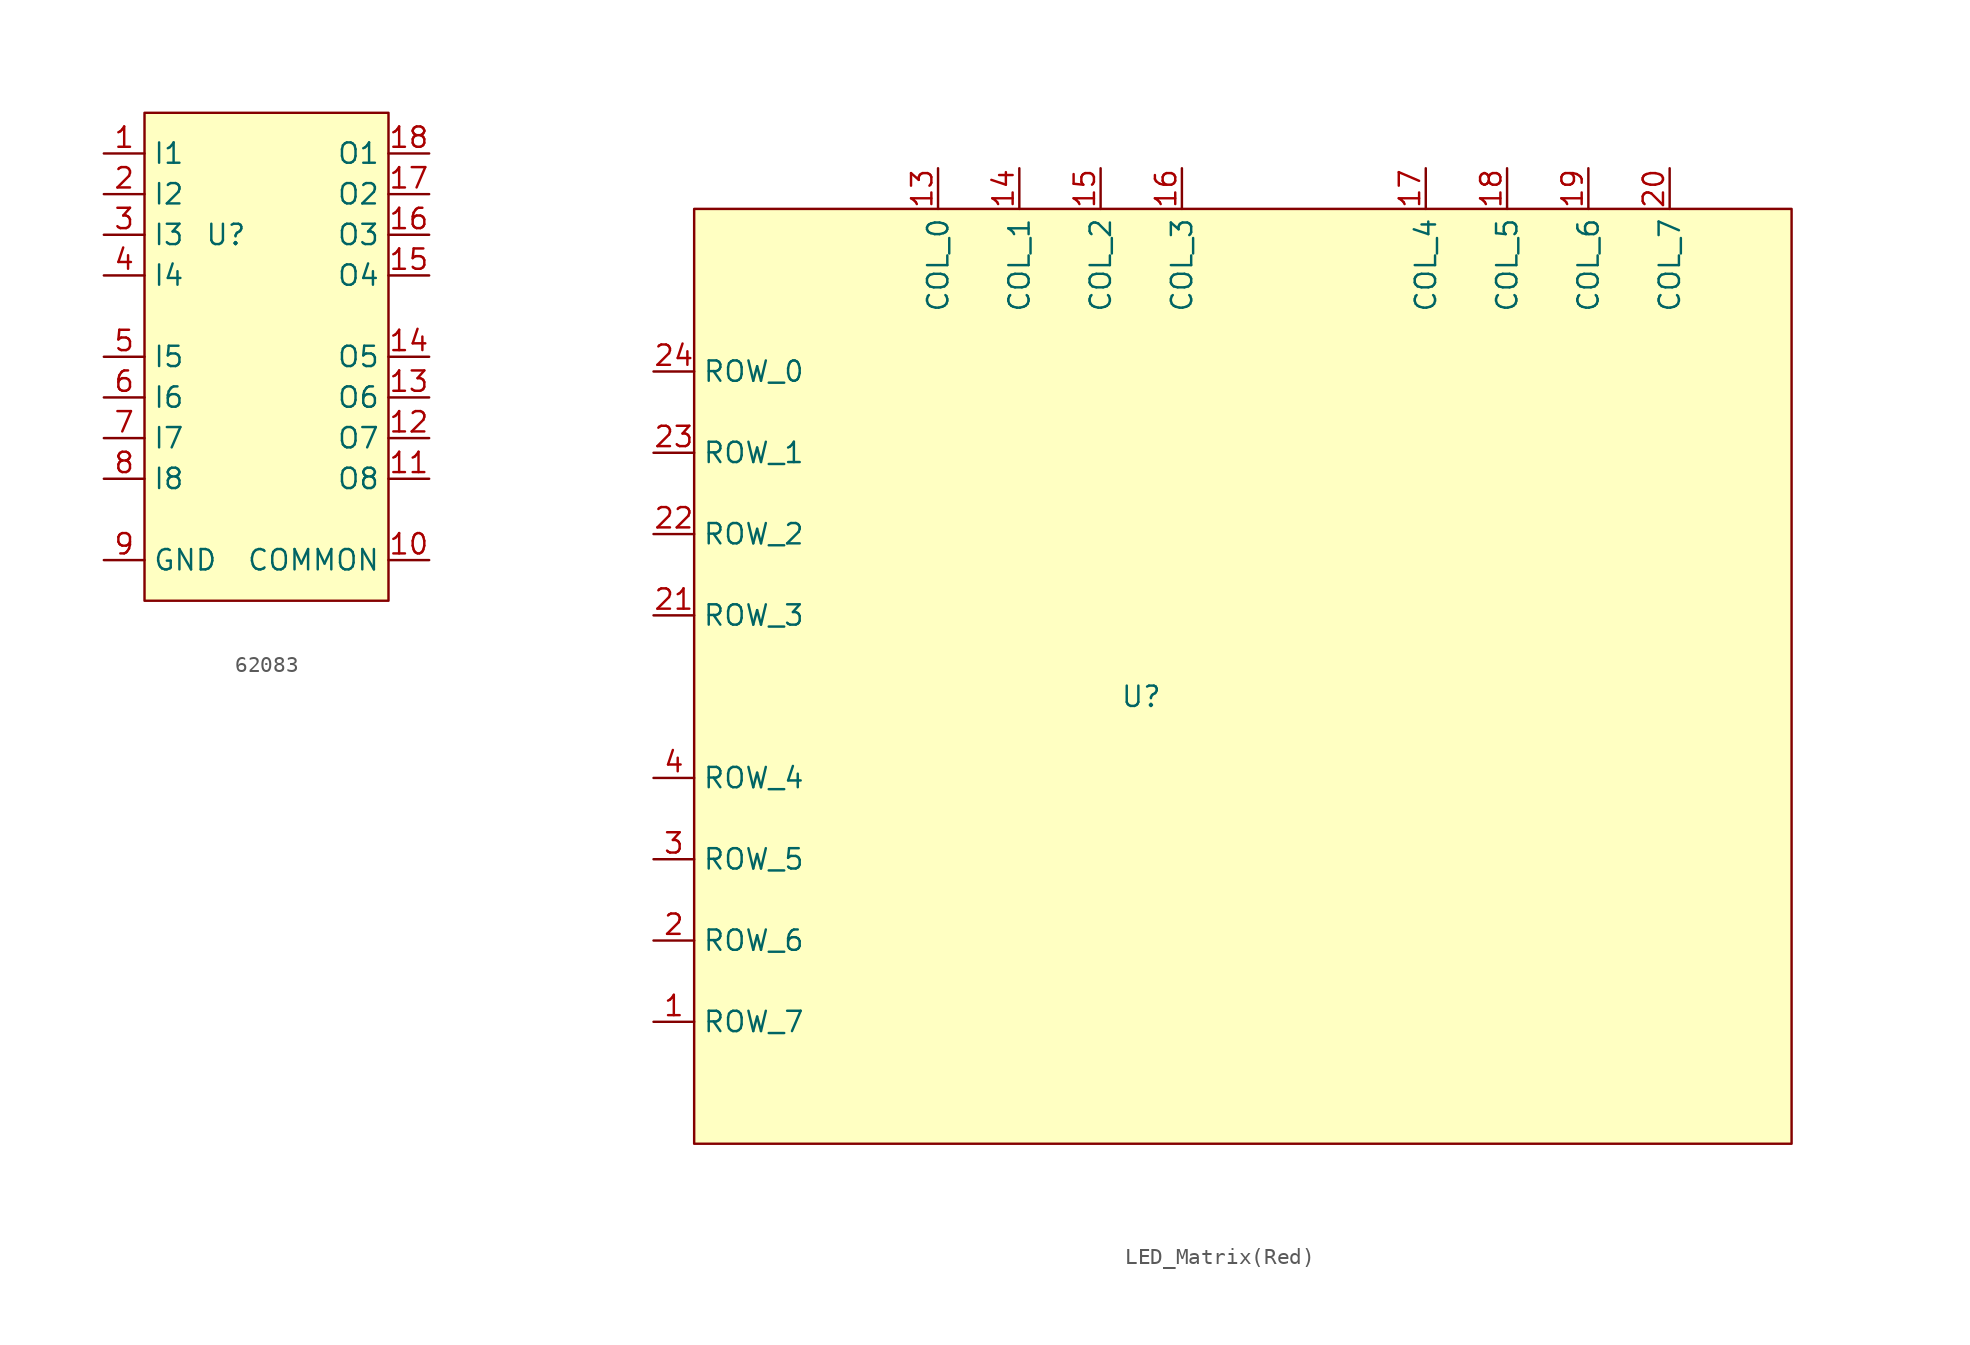
<source format=kicad_sym>
(kicad_symbol_lib
  (version 20220914)
  (generator kicad_symbol_editor)
  (symbol "62083"
    (property "Reference" "U"
      (at 0 0 0)
      (effects (font (size 1.27 1.27))))
    (property "Value" ""
      (at 0 0 0)
      (effects (font (size 1.27 1.27))))
    (symbol "62083_1_1"
      (rectangle (start -5.08 7.62) (end 10.16 -22.86) (stroke (width 0) (type default)) (fill (type background)))
      (pin input line (at -7.62 5.08 0) (length 2.54) (name "I1" (effects (font (size 1.27 1.27)))) (number "1" (effects (font (size 1.27 1.27)))))
      (pin power_in line (at 12.7 -20.32 180) (length 2.54) (name "COMMON" (effects (font (size 1.27 1.27)))) (number "10" (effects (font (size 1.27 1.27)))))
      (pin output line (at 12.7 -15.24 180) (length 2.54) (name "O8" (effects (font (size 1.27 1.27)))) (number "11" (effects (font (size 1.27 1.27)))))
      (pin output line (at 12.7 -12.7 180) (length 2.54) (name "O7" (effects (font (size 1.27 1.27)))) (number "12" (effects (font (size 1.27 1.27)))))
      (pin output line (at 12.7 -10.16 180) (length 2.54) (name "O6" (effects (font (size 1.27 1.27)))) (number "13" (effects (font (size 1.27 1.27)))))
      (pin output line (at 12.7 -7.62 180) (length 2.54) (name "O5" (effects (font (size 1.27 1.27)))) (number "14" (effects (font (size 1.27 1.27)))))
      (pin input line (at 12.7 -2.54 180) (length 2.54) (name "O4" (effects (font (size 1.27 1.27)))) (number "15" (effects (font (size 1.27 1.27)))))
      (pin output line (at 12.7 0 180) (length 2.54) (name "O3" (effects (font (size 1.27 1.27)))) (number "16" (effects (font (size 1.27 1.27)))))
      (pin input line (at 12.7 2.54 180) (length 2.54) (name "O2" (effects (font (size 1.27 1.27)))) (number "17" (effects (font (size 1.27 1.27)))))
      (pin output line (at 12.7 5.08 180) (length 2.54) (name "O1" (effects (font (size 1.27 1.27)))) (number "18" (effects (font (size 1.27 1.27)))))
      (pin input line (at -7.62 2.54 0) (length 2.54) (name "I2" (effects (font (size 1.27 1.27)))) (number "2" (effects (font (size 1.27 1.27)))))
      (pin input line (at -7.62 0 0) (length 2.54) (name "I3" (effects (font (size 1.27 1.27)))) (number "3" (effects (font (size 1.27 1.27)))))
      (pin input line (at -7.62 -2.54 0) (length 2.54) (name "I4" (effects (font (size 1.27 1.27)))) (number "4" (effects (font (size 1.27 1.27)))))
      (pin input line (at -7.62 -7.62 0) (length 2.54) (name "I5" (effects (font (size 1.27 1.27)))) (number "5" (effects (font (size 1.27 1.27)))))
      (pin input line (at -7.62 -10.16 0) (length 2.54) (name "I6" (effects (font (size 1.27 1.27)))) (number "6" (effects (font (size 1.27 1.27)))))
      (pin input line (at -7.62 -12.7 0) (length 2.54) (name "I7" (effects (font (size 1.27 1.27)))) (number "7" (effects (font (size 1.27 1.27)))))
      (pin input line (at -7.62 -15.24 0) (length 2.54) (name "I8" (effects (font (size 1.27 1.27)))) (number "8" (effects (font (size 1.27 1.27)))))
      (pin power_in line (at -7.62 -20.32 0) (length 2.54) (name "GND" (effects (font (size 1.27 1.27)))) (number "9" (effects (font (size 1.27 1.27)))))))
  (symbol "LED_Matrix(Red)"
    (property "Reference" "U"
      (at 5.08 -5.08 0)
      (effects (font (size 1.27 1.27))))
    (symbol "LED_Matrix(Red)_0_0"
      (text "" (at -20.828 -20.574 0) (effects (font (size 1.27 1.27)))))
    (symbol "LED_Matrix(Red)_1_1"
      (rectangle (start -22.86 25.4) (end 45.72 -33.02) (stroke (width 0) (type default)) (fill (type background)))
      (pin input line (at -25.4 -25.4 0) (length 2.54) (name "ROW_7" (effects (font (size 1.27 1.27)))) (number "1" (effects (font (size 1.27 1.27)))))
      (pin input line (at -7.62 27.94 270) (length 2.54) (name "COL_0" (effects (font (size 1.27 1.27)))) (number "13" (effects (font (size 1.27 1.27)))))
      (pin input line (at -2.54 27.94 270) (length 2.54) (name "COL_1" (effects (font (size 1.27 1.27)))) (number "14" (effects (font (size 1.27 1.27)))))
      (pin input line (at 2.54 27.94 270) (length 2.54) (name "COL_2" (effects (font (size 1.27 1.27)))) (number "15" (effects (font (size 1.27 1.27)))))
      (pin input line (at 7.62 27.94 270) (length 2.54) (name "COL_3" (effects (font (size 1.27 1.27)))) (number "16" (effects (font (size 1.27 1.27)))))
      (pin input line (at 22.86 27.94 270) (length 2.54) (name "COL_4" (effects (font (size 1.27 1.27)))) (number "17" (effects (font (size 1.27 1.27)))))
      (pin input line (at 27.94 27.94 270) (length 2.54) (name "COL_5" (effects (font (size 1.27 1.27)))) (number "18" (effects (font (size 1.27 1.27)))))
      (pin input line (at 33.02 27.94 270) (length 2.54) (name "COL_6" (effects (font (size 1.27 1.27)))) (number "19" (effects (font (size 1.27 1.27)))))
      (pin input line (at -25.4 -20.32 0) (length 2.54) (name "ROW_6" (effects (font (size 1.27 1.27)))) (number "2" (effects (font (size 1.27 1.27)))))
      (pin input line (at 38.1 27.94 270) (length 2.54) (name "COL_7" (effects (font (size 1.27 1.27)))) (number "20" (effects (font (size 1.27 1.27)))))
      (pin input line (at -25.4 0 0) (length 2.54) (name "ROW_3" (effects (font (size 1.27 1.27)))) (number "21" (effects (font (size 1.27 1.27)))))
      (pin input line (at -25.4 5.08 0) (length 2.54) (name "ROW_2" (effects (font (size 1.27 1.27)))) (number "22" (effects (font (size 1.27 1.27)))))
      (pin input line (at -25.4 10.16 0) (length 2.54) (name "ROW_1" (effects (font (size 1.27 1.27)))) (number "23" (effects (font (size 1.27 1.27)))))
      (pin input line (at -25.4 15.24 0) (length 2.54) (name "ROW_0" (effects (font (size 1.27 1.27)))) (number "24" (effects (font (size 1.27 1.27)))))
      (pin input line (at -25.4 -15.24 0) (length 2.54) (name "ROW_5" (effects (font (size 1.27 1.27)))) (number "3" (effects (font (size 1.27 1.27)))))
      (pin input line (at -25.4 -10.16 0) (length 2.54) (name "ROW_4" (effects (font (size 1.27 1.27)))) (number "4" (effects (font (size 1.27 1.27))))))))
</source>
